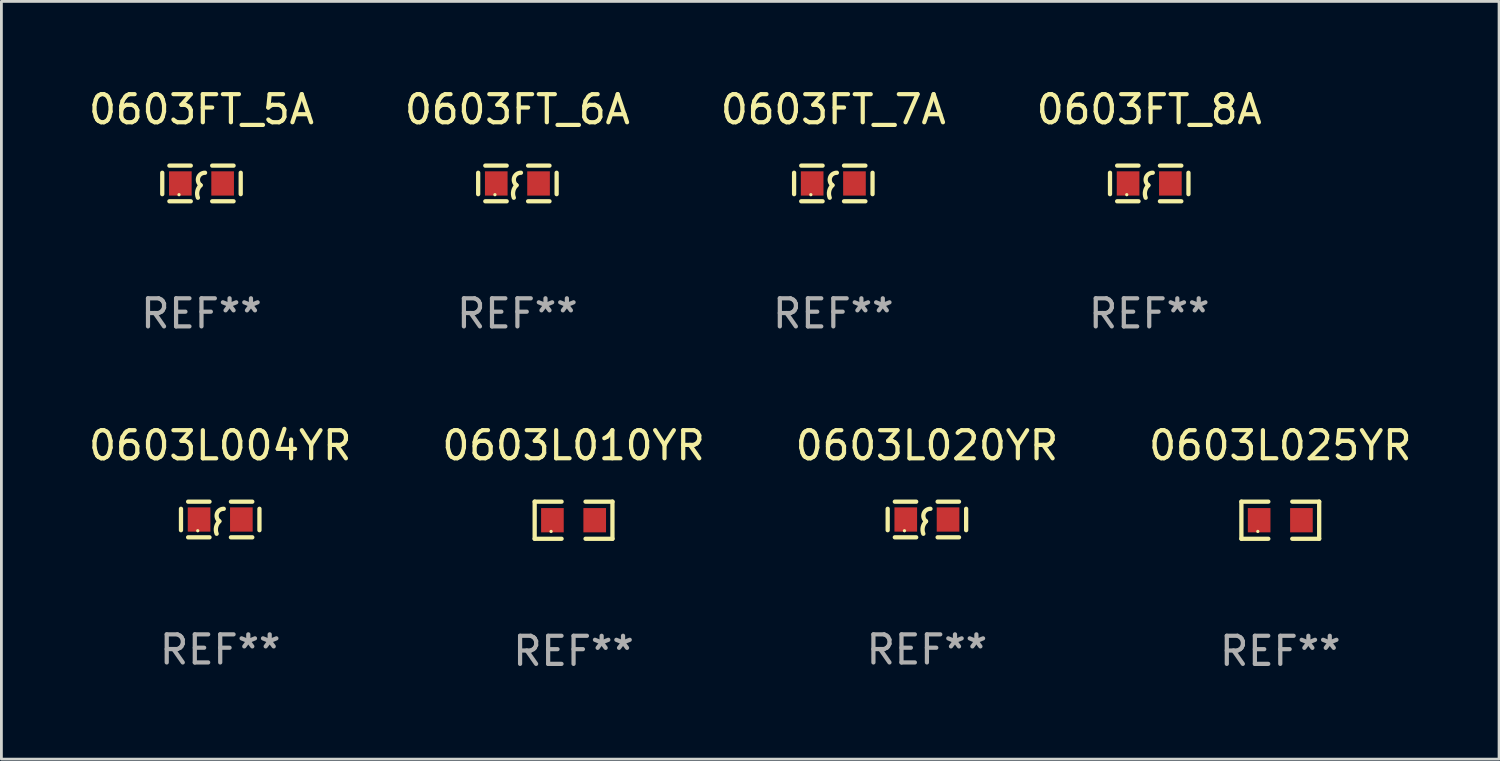
<source format=kicad_pcb>
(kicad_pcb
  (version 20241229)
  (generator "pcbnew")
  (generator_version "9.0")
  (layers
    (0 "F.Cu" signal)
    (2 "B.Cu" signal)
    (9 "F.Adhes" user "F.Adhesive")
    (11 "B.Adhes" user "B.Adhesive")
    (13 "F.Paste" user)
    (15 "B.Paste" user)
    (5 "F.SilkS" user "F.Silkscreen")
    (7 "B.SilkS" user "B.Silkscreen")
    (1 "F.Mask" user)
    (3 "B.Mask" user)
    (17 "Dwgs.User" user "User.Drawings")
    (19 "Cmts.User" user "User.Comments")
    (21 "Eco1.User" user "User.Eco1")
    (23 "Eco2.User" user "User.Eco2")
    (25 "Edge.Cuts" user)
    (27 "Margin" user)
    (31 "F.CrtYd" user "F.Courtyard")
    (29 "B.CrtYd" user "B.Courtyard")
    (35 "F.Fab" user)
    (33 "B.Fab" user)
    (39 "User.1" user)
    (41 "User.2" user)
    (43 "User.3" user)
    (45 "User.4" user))
  (footprint "0603FT_7A"
    (layer "F.Cu")
    (at 26.625 3.483)
    (property "Reference" "0603FT_7A" (at 0 -2.635 0) (layer "F.SilkS") (effects (font (size 1 1) (thickness 0.15))))
    (attr through_hole)
    (fp_line (start -1.397 -0.381) (end -1.397 0.381) (stroke (width 0.152) (type solid)) (layer "F.SilkS"))
    (fp_line (start -0.381 -0.635) (end -1.143 -0.635) (stroke (width 0.152) (type solid)) (layer "F.SilkS"))
    (fp_line (start -0.381 0.635) (end -1.143 0.635) (stroke (width 0.152) (type solid)) (layer "F.SilkS"))
    (fp_line (start 0.381 -0.635) (end 1.143 -0.635) (stroke (width 0.152) (type solid)) (layer "F.SilkS"))
    (fp_line (start 0.381 0.635) (end 1.143 0.635) (stroke (width 0.152) (type solid)) (layer "F.SilkS"))
    (fp_line (start 1.397 -0.381) (end 1.397 0.381) (stroke (width 0.152) (type solid)) (layer "F.SilkS"))
    (fp_arc (start -0.127 0.508001) (mid -0.146523 0.271131) (end -0.030861 0.0635) (stroke (width 0.151994) (type solid)) (layer "F.SilkS"))
    (fp_arc (start -0.03175 0.0635) (mid -0.113571 -0.216321) (end 0.127001 -0.381002) (stroke (width 0.151994) (type solid)) (layer "F.SilkS"))
    (fp_circle (center -0.8 0.4) (end -0.77 0.4) (stroke (width 0.06) (type solid)) (fill no) (layer "F.SilkS"))
    (fp_text user "REF**" (at 0 4.635 0) (layer "F.Fab") (effects (font (size 1 1) (thickness 0.15))))
    (pad "1" smd rect (at -0.753 0) (size 0.806 0.864) (layers "F.Cu" "F.Mask" "F.Paste"))
    (pad "2" smd rect (at 0.753 0) (size 0.806 0.864) (layers "F.Cu" "F.Mask" "F.Paste")))
  (footprint "0603L020YR"
    (layer "F.Cu")
    (at 29.958 15.45)
    (property "Reference" "0603L020YR" (at 0 -2.635 0) (layer "F.SilkS") (effects (font (size 1 1) (thickness 0.15))))
    (attr through_hole)
    (fp_line (start -1.397 -0.381) (end -1.397 0.381) (stroke (width 0.152) (type solid)) (layer "F.SilkS"))
    (fp_line (start -0.381 -0.635) (end -1.143 -0.635) (stroke (width 0.152) (type solid)) (layer "F.SilkS"))
    (fp_line (start -0.381 0.635) (end -1.143 0.635) (stroke (width 0.152) (type solid)) (layer "F.SilkS"))
    (fp_line (start 0.381 -0.635) (end 1.143 -0.635) (stroke (width 0.152) (type solid)) (layer "F.SilkS"))
    (fp_line (start 0.381 0.635) (end 1.143 0.635) (stroke (width 0.152) (type solid)) (layer "F.SilkS"))
    (fp_line (start 1.397 -0.381) (end 1.397 0.381) (stroke (width 0.152) (type solid)) (layer "F.SilkS"))
    (fp_arc (start -0.127 0.508001) (mid -0.146523 0.271131) (end -0.030861 0.0635) (stroke (width 0.151994) (type solid)) (layer "F.SilkS"))
    (fp_arc (start -0.03175 0.0635) (mid -0.113571 -0.216321) (end 0.127001 -0.381002) (stroke (width 0.151994) (type solid)) (layer "F.SilkS"))
    (fp_circle (center -0.8 0.4) (end -0.77 0.4) (stroke (width 0.06) (type solid)) (fill no) (layer "F.SilkS"))
    (fp_text user "REF**" (at 0 4.635 0) (layer "F.Fab") (effects (font (size 1 1) (thickness 0.15))))
    (pad "1" smd rect (at -0.753 0) (size 0.806 0.864) (layers "F.Cu" "F.Mask" "F.Paste"))
    (pad "2" smd rect (at 0.753 0) (size 0.806 0.864) (layers "F.Cu" "F.Mask" "F.Paste")))
  (footprint "0603FT_5A"
    (layer "F.Cu")
    (at 4.125 3.483)
    (property "Reference" "0603FT_5A" (at 0 -2.635 0) (layer "F.SilkS") (effects (font (size 1 1) (thickness 0.15))))
    (attr through_hole)
    (fp_line (start -1.397 -0.381) (end -1.397 0.381) (stroke (width 0.152) (type solid)) (layer "F.SilkS"))
    (fp_line (start -0.381 -0.635) (end -1.143 -0.635) (stroke (width 0.152) (type solid)) (layer "F.SilkS"))
    (fp_line (start -0.381 0.635) (end -1.143 0.635) (stroke (width 0.152) (type solid)) (layer "F.SilkS"))
    (fp_line (start 0.381 -0.635) (end 1.143 -0.635) (stroke (width 0.152) (type solid)) (layer "F.SilkS"))
    (fp_line (start 0.381 0.635) (end 1.143 0.635) (stroke (width 0.152) (type solid)) (layer "F.SilkS"))
    (fp_line (start 1.397 -0.381) (end 1.397 0.381) (stroke (width 0.152) (type solid)) (layer "F.SilkS"))
    (fp_arc (start -0.127 0.508001) (mid -0.146523 0.271131) (end -0.030861 0.0635) (stroke (width 0.151994) (type solid)) (layer "F.SilkS"))
    (fp_arc (start -0.03175 0.0635) (mid -0.113571 -0.216321) (end 0.127001 -0.381002) (stroke (width 0.151994) (type solid)) (layer "F.SilkS"))
    (fp_circle (center -0.8 0.4) (end -0.77 0.4) (stroke (width 0.06) (type solid)) (fill no) (layer "F.SilkS"))
    (fp_text user "REF**" (at 0 4.635 0) (layer "F.Fab") (effects (font (size 1 1) (thickness 0.15))))
    (pad "1" smd rect (at -0.753 0) (size 0.806 0.864) (layers "F.Cu" "F.Mask" "F.Paste"))
    (pad "2" smd rect (at 0.753 0) (size 0.806 0.864) (layers "F.Cu" "F.Mask" "F.Paste")))
  (footprint "0603FT_8A"
    (layer "F.Cu")
    (at 37.875 3.483)
    (property "Reference" "0603FT_8A" (at 0 -2.635 0) (layer "F.SilkS") (effects (font (size 1 1) (thickness 0.15))))
    (attr through_hole)
    (fp_line (start -1.397 -0.381) (end -1.397 0.381) (stroke (width 0.152) (type solid)) (layer "F.SilkS"))
    (fp_line (start -0.381 -0.635) (end -1.143 -0.635) (stroke (width 0.152) (type solid)) (layer "F.SilkS"))
    (fp_line (start -0.381 0.635) (end -1.143 0.635) (stroke (width 0.152) (type solid)) (layer "F.SilkS"))
    (fp_line (start 0.381 -0.635) (end 1.143 -0.635) (stroke (width 0.152) (type solid)) (layer "F.SilkS"))
    (fp_line (start 0.381 0.635) (end 1.143 0.635) (stroke (width 0.152) (type solid)) (layer "F.SilkS"))
    (fp_line (start 1.397 -0.381) (end 1.397 0.381) (stroke (width 0.152) (type solid)) (layer "F.SilkS"))
    (fp_arc (start -0.127 0.508001) (mid -0.146523 0.271131) (end -0.030861 0.0635) (stroke (width 0.151994) (type solid)) (layer "F.SilkS"))
    (fp_arc (start -0.03175 0.0635) (mid -0.113571 -0.216321) (end 0.127001 -0.381002) (stroke (width 0.151994) (type solid)) (layer "F.SilkS"))
    (fp_circle (center -0.8 0.4) (end -0.77 0.4) (stroke (width 0.06) (type solid)) (fill no) (layer "F.SilkS"))
    (fp_text user "REF**" (at 0 4.635 0) (layer "F.Fab") (effects (font (size 1 1) (thickness 0.15))))
    (pad "1" smd rect (at -0.753 0) (size 0.806 0.864) (layers "F.Cu" "F.Mask" "F.Paste"))
    (pad "2" smd rect (at 0.753 0) (size 0.806 0.864) (layers "F.Cu" "F.Mask" "F.Paste")))
  (footprint "0603L004YR"
    (layer "F.Cu")
    (at 4.792 15.45)
    (property "Reference" "0603L004YR" (at 0 -2.635 0) (layer "F.SilkS") (effects (font (size 1 1) (thickness 0.15))))
    (attr through_hole)
    (fp_line (start -1.397 -0.381) (end -1.397 0.381) (stroke (width 0.152) (type solid)) (layer "F.SilkS"))
    (fp_line (start -0.381 -0.635) (end -1.143 -0.635) (stroke (width 0.152) (type solid)) (layer "F.SilkS"))
    (fp_line (start -0.381 0.635) (end -1.143 0.635) (stroke (width 0.152) (type solid)) (layer "F.SilkS"))
    (fp_line (start 0.381 -0.635) (end 1.143 -0.635) (stroke (width 0.152) (type solid)) (layer "F.SilkS"))
    (fp_line (start 0.381 0.635) (end 1.143 0.635) (stroke (width 0.152) (type solid)) (layer "F.SilkS"))
    (fp_line (start 1.397 -0.381) (end 1.397 0.381) (stroke (width 0.152) (type solid)) (layer "F.SilkS"))
    (fp_arc (start -0.127 0.508001) (mid -0.146523 0.271131) (end -0.030861 0.0635) (stroke (width 0.151994) (type solid)) (layer "F.SilkS"))
    (fp_arc (start -0.03175 0.0635) (mid -0.113571 -0.216321) (end 0.127001 -0.381002) (stroke (width 0.151994) (type solid)) (layer "F.SilkS"))
    (fp_circle (center -0.8 0.4) (end -0.77 0.4) (stroke (width 0.06) (type solid)) (fill no) (layer "F.SilkS"))
    (fp_text user "REF**" (at 0 4.635 0) (layer "F.Fab") (effects (font (size 1 1) (thickness 0.15))))
    (pad "1" smd rect (at -0.753 0) (size 0.806 0.864) (layers "F.Cu" "F.Mask" "F.Paste"))
    (pad "2" smd rect (at 0.753 0) (size 0.806 0.864) (layers "F.Cu" "F.Mask" "F.Paste")))
  (footprint "0603L010YR"
    (layer "F.Cu")
    (at 17.375 15.475)
    (property "Reference" "0603L010YR" (at 0 -2.661 0) (layer "F.SilkS") (effects (font (size 1 1) (thickness 0.15))))
    (attr through_hole)
    (fp_line (start -1.385 -0.661) (end -0.426 -0.661) (stroke (width 0.152) (type solid)) (layer "F.SilkS"))
    (fp_line (start -1.385 0.661) (end -1.385 -0.661) (stroke (width 0.152) (type solid)) (layer "F.SilkS"))
    (fp_line (start -0.426 0.661) (end -1.385 0.661) (stroke (width 0.152) (type solid)) (layer "F.SilkS"))
    (fp_line (start 0.426 0.661) (end 1.385 0.661) (stroke (width 0.152) (type solid)) (layer "F.SilkS"))
    (fp_line (start 1.385 -0.661) (end 0.426 -0.661) (stroke (width 0.152) (type solid)) (layer "F.SilkS"))
    (fp_line (start 1.385 0.661) (end 1.385 -0.661) (stroke (width 0.152) (type solid)) (layer "F.SilkS"))
    (fp_circle (center -0.8 0.4) (end -0.77 0.4) (stroke (width 0.06) (type solid)) (fill no) (layer "F.SilkS"))
    (fp_text user "REF**" (at 0 4.661 0) (layer "F.Fab") (effects (font (size 1 1) (thickness 0.15))))
    (pad "1" smd rect (at -0.753 0) (size 0.806 0.864) (layers "F.Cu" "F.Mask" "F.Paste"))
    (pad "2" smd rect (at 0.753 0) (size 0.806 0.864) (layers "F.Cu" "F.Mask" "F.Paste")))
  (footprint "0603FT_6A"
    (layer "F.Cu")
    (at 15.375 3.483)
    (property "Reference" "0603FT_6A" (at 0 -2.635 0) (layer "F.SilkS") (effects (font (size 1 1) (thickness 0.15))))
    (attr through_hole)
    (fp_line (start -1.397 -0.381) (end -1.397 0.381) (stroke (width 0.152) (type solid)) (layer "F.SilkS"))
    (fp_line (start -0.381 -0.635) (end -1.143 -0.635) (stroke (width 0.152) (type solid)) (layer "F.SilkS"))
    (fp_line (start -0.381 0.635) (end -1.143 0.635) (stroke (width 0.152) (type solid)) (layer "F.SilkS"))
    (fp_line (start 0.381 -0.635) (end 1.143 -0.635) (stroke (width 0.152) (type solid)) (layer "F.SilkS"))
    (fp_line (start 0.381 0.635) (end 1.143 0.635) (stroke (width 0.152) (type solid)) (layer "F.SilkS"))
    (fp_line (start 1.397 -0.381) (end 1.397 0.381) (stroke (width 0.152) (type solid)) (layer "F.SilkS"))
    (fp_arc (start -0.127 0.508001) (mid -0.146523 0.271131) (end -0.030861 0.0635) (stroke (width 0.151994) (type solid)) (layer "F.SilkS"))
    (fp_arc (start -0.03175 0.0635) (mid -0.113571 -0.216321) (end 0.127001 -0.381002) (stroke (width 0.151994) (type solid)) (layer "F.SilkS"))
    (fp_circle (center -0.8 0.4) (end -0.77 0.4) (stroke (width 0.06) (type solid)) (fill no) (layer "F.SilkS"))
    (fp_text user "REF**" (at 0 4.635 0) (layer "F.Fab") (effects (font (size 1 1) (thickness 0.15))))
    (pad "1" smd rect (at -0.753 0) (size 0.806 0.864) (layers "F.Cu" "F.Mask" "F.Paste"))
    (pad "2" smd rect (at 0.753 0) (size 0.806 0.864) (layers "F.Cu" "F.Mask" "F.Paste")))
  (footprint "0603L025YR"
    (layer "F.Cu")
    (at 42.542 15.475)
    (property "Reference" "0603L025YR" (at 0 -2.661 0) (layer "F.SilkS") (effects (font (size 1 1) (thickness 0.15))))
    (attr through_hole)
    (fp_line (start -1.385 -0.661) (end -0.426 -0.661) (stroke (width 0.152) (type solid)) (layer "F.SilkS"))
    (fp_line (start -1.385 0.661) (end -1.385 -0.661) (stroke (width 0.152) (type solid)) (layer "F.SilkS"))
    (fp_line (start -0.426 0.661) (end -1.385 0.661) (stroke (width 0.152) (type solid)) (layer "F.SilkS"))
    (fp_line (start 0.426 0.661) (end 1.385 0.661) (stroke (width 0.152) (type solid)) (layer "F.SilkS"))
    (fp_line (start 1.385 -0.661) (end 0.426 -0.661) (stroke (width 0.152) (type solid)) (layer "F.SilkS"))
    (fp_line (start 1.385 0.661) (end 1.385 -0.661) (stroke (width 0.152) (type solid)) (layer "F.SilkS"))
    (fp_circle (center -0.8 0.4) (end -0.77 0.4) (stroke (width 0.06) (type solid)) (fill no) (layer "F.SilkS"))
    (fp_text user "REF**" (at 0 4.661 0) (layer "F.Fab") (effects (font (size 1 1) (thickness 0.15))))
    (pad "1" smd rect (at -0.753 0) (size 0.806 0.864) (layers "F.Cu" "F.Mask" "F.Paste"))
    (pad "2" smd rect (at 0.753 0) (size 0.806 0.864) (layers "F.Cu" "F.Mask" "F.Paste")))
  (gr_rect
    (start -3 -3)
    (end 50.333 23.984)
    (stroke (width 0.1) (type default))
    (fill no)
    (layer "Edge.Cuts")))
</source>
